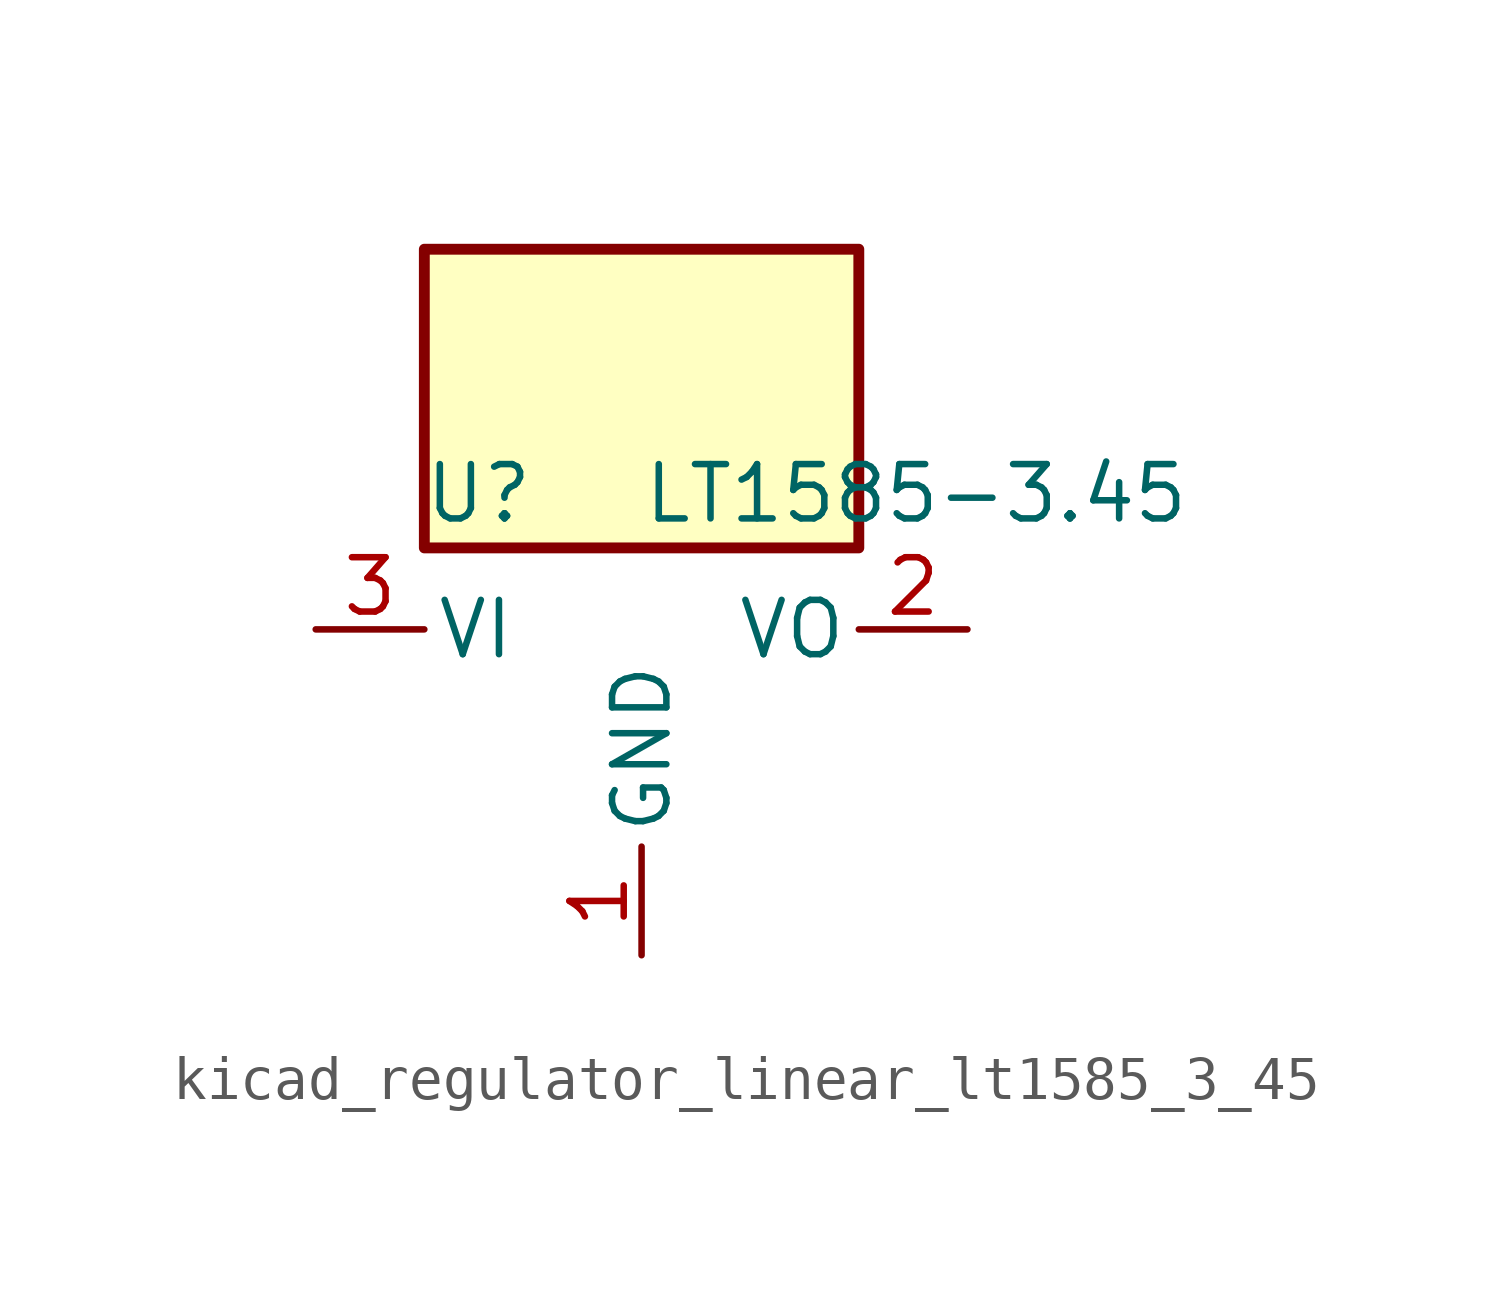
<source format=kicad_sym>
(kicad_symbol_lib
  (version 20220914)
  (generator kicad_symbol_editor)
  (symbol "kicad_regulator_linear_lt1585_3_45"
    (pin_names
      (offset 0.254))
    (property "Reference" "U"
      (at -3.81 3.175 0)
      (effects (font (size 1.27 1.27))))
    (property "Value" "LT1585-3.45"
      (at 0 3.175 0)
      (effects (font (size 1.27 1.27)) (justify left)))
    (symbol "kicad_regulator_linear_lt1585_3_45_0_1"
      (rectangle (start 5.08 8.89) (end -5.08 1.905) (stroke (width 0.254) (type default)) (fill (type background))))
    (symbol "kicad_regulator_linear_lt1585_3_45_1_1"
      (pin power_in line (at 0 -7.62 90) (length 2.54) (name "GND" (effects (font (size 1.27 1.27)))) (number "1" (effects (font (size 1.27 1.27)))))
      (pin power_out line (at 7.62 0 180) (length 2.54) (name "VO" (effects (font (size 1.27 1.27)))) (number "2" (effects (font (size 1.27 1.27)))))
      (pin power_in line (at -7.62 0 0) (length 2.54) (name "VI" (effects (font (size 1.27 1.27)))) (number "3" (effects (font (size 1.27 1.27))))))))
</source>
